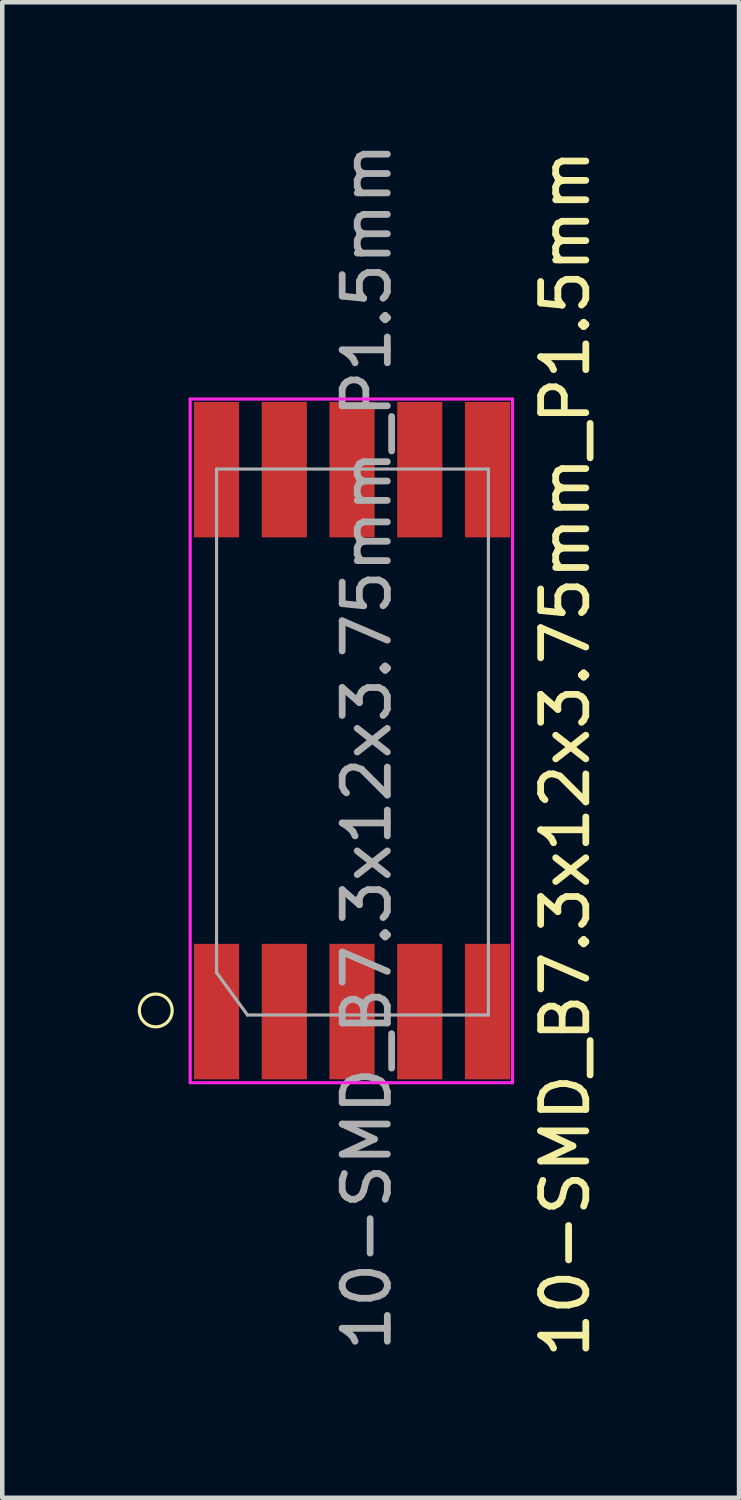
<source format=kicad_pcb>
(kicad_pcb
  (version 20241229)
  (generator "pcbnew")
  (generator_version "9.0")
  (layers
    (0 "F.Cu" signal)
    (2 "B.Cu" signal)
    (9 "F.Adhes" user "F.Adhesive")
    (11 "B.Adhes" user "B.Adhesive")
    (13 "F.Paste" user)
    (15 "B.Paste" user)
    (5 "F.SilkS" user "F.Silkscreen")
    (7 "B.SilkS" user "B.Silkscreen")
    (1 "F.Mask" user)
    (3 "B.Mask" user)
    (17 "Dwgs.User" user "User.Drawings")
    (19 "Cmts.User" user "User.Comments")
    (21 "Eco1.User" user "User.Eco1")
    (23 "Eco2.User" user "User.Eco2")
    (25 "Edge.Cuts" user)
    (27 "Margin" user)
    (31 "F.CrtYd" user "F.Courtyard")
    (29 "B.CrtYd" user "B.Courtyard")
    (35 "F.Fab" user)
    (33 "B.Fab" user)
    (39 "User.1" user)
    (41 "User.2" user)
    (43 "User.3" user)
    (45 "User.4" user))
  (footprint "10-SMD_B7.3x12x3.75mm_P1.5mm"
    (layer "F.Cu")
    (at 1.745 19.35)
    (property "Reference" "10-SMD_B7.3x12x3.75mm_P1.5mm" (at 7.722 -5.715 270) (layer "F.SilkS") (effects (font (size 1 1) (thickness 0.15))))
    (attr smd)
    (fp_circle (center -1.346 -0.025) (end -1.27 0.33) (stroke (width 0.07) (type solid)) (fill no) (layer "F.SilkS"))
    (fp_line (start -0.584 -13.564) (end -0.584 1.575) (stroke (width 0.07) (type solid)) (layer "F.CrtYd"))
    (fp_line (start -0.584 1.575) (end 6.528 1.575) (stroke (width 0.07) (type solid)) (layer "F.CrtYd"))
    (fp_line (start 6.528 1.575) (end 6.553 1.575) (stroke (width 0.07) (type solid)) (layer "F.CrtYd"))
    (fp_line (start 6.553 -13.564) (end -0.584 -13.564) (stroke (width 0.07) (type solid)) (layer "F.CrtYd"))
    (fp_line (start 6.553 1.575) (end 6.553 -13.564) (stroke (width 0.07) (type solid)) (layer "F.CrtYd"))
    (fp_line (start 0 -12.014) (end 6.02 -12.014) (stroke (width 0.07) (type solid)) (layer "F.Fab"))
    (fp_line (start 0 -0.864) (end 0 -12.014) (stroke (width 0.07) (type solid)) (layer "F.Fab"))
    (fp_line (start 0 -0.864) (end 0.686 0.076) (stroke (width 0.07) (type solid)) (layer "F.Fab"))
    (fp_line (start 6.02 -12.014) (end 6.02 0.076) (stroke (width 0.07) (type solid)) (layer "F.Fab"))
    (fp_line (start 6.02 0.076) (end 0.686 0.076) (stroke (width 0.07) (type solid)) (layer "F.Fab"))
    (fp_text user "${REFERENCE}" (at 3.327 -5.867 270) (layer "F.Fab") (effects (font (size 1 1) (thickness 0.15))))
    (pad "1" smd custom (at 0 0) (size 1 3) (layers "F.Cu" "F.Mask" "F.Paste") (options (anchor rect)) (primitives))
    (pad "2" smd custom (at 1.5 0) (size 1 3) (layers "F.Cu" "F.Mask" "F.Paste") (options (anchor rect)) (primitives))
    (pad "3" smd custom (at 3 0) (size 1 3) (layers "F.Cu" "F.Mask" "F.Paste") (options (anchor rect)) (primitives))
    (pad "4" smd custom (at 4.5 0) (size 1 3) (layers "F.Cu" "F.Mask" "F.Paste") (options (anchor rect)) (primitives))
    (pad "5" smd custom (at 6 0) (size 1 3) (layers "F.Cu" "F.Mask" "F.Paste") (options (anchor rect)) (primitives))
    (pad "6" smd custom (at 6 -12) (size 1 3) (layers "F.Cu" "F.Mask" "F.Paste") (options (anchor rect)) (primitives))
    (pad "7" smd custom (at 4.5 -12) (size 1 3) (layers "F.Cu" "F.Mask" "F.Paste") (options (anchor rect)) (primitives))
    (pad "8" smd custom (at 3 -12) (size 1 3) (layers "F.Cu" "F.Mask" "F.Paste") (options (anchor rect)) (primitives))
    (pad "9" smd custom (at 1.5 -12) (size 1 3) (layers "F.Cu" "F.Mask" "F.Paste") (options (anchor rect)) (primitives))
    (pad "10" smd custom (at 0 -12) (size 1 3) (layers "F.Cu" "F.Mask" "F.Paste") (options (anchor rect)) (primitives)))
  (gr_rect
    (start -3 -3)
    (end 13.315 30.117)
    (stroke (width 0.1) (type default))
    (fill no)
    (layer "Edge.Cuts")))
</source>
